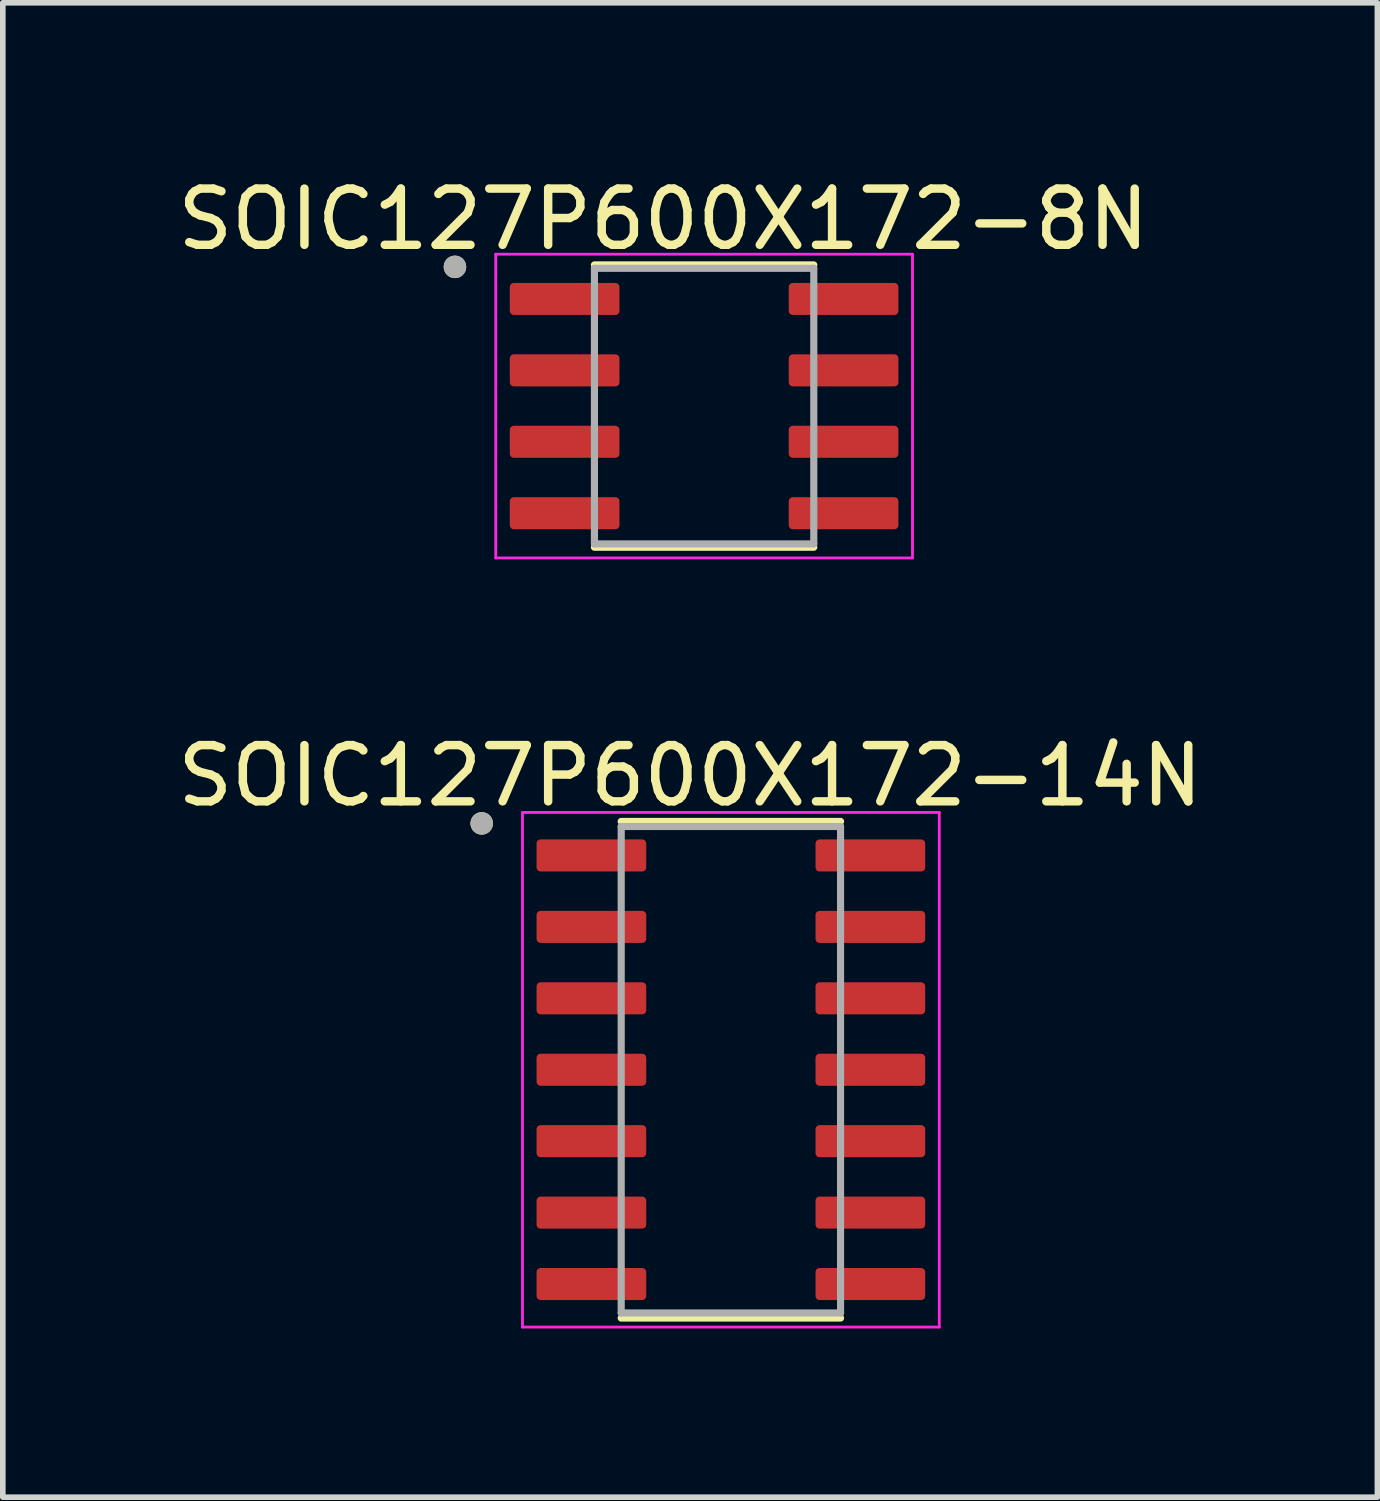
<source format=kicad_pcb>
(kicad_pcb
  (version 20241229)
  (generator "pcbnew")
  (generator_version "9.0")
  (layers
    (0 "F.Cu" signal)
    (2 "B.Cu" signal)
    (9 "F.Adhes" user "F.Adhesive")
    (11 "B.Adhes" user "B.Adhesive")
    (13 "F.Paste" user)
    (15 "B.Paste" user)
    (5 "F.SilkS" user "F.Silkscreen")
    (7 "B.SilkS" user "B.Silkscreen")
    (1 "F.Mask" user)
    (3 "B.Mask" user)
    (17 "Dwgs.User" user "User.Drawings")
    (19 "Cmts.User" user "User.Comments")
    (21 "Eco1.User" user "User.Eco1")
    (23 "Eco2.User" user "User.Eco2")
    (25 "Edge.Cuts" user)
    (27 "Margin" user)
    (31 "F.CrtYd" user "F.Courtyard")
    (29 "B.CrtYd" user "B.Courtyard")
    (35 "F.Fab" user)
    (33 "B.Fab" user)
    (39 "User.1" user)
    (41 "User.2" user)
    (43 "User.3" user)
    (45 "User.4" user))
  (footprint "SOIC127P600X172-8N"
    (layer "F.Cu")
    (at 9.469 4.17)
    (property "Reference" "SOIC127P600X172-8N" (at -0.725 -3.322 0) (layer "F.SilkS") (effects (font (size 1 1) (thickness 0.15))))
    (attr smd)
    (fp_line (start -1.95 -2.51) (end 1.95 -2.51) (stroke (width 0.127) (type solid)) (layer "F.SilkS"))
    (fp_line (start -1.95 2.51) (end 1.95 2.51) (stroke (width 0.127) (type solid)) (layer "F.SilkS"))
    (fp_circle (center -4.43 -2.475) (end -4.33 -2.475) (stroke (width 0.2) (type solid)) (fill no) (layer "F.SilkS"))
    (fp_line (start -3.705 -2.7) (end -3.705 2.7) (stroke (width 0.05) (type solid)) (layer "F.CrtYd"))
    (fp_line (start -3.705 -2.7) (end 3.705 -2.7) (stroke (width 0.05) (type solid)) (layer "F.CrtYd"))
    (fp_line (start -3.705 2.7) (end 3.705 2.7) (stroke (width 0.05) (type solid)) (layer "F.CrtYd"))
    (fp_line (start 3.705 -2.7) (end 3.705 2.7) (stroke (width 0.05) (type solid)) (layer "F.CrtYd"))
    (fp_line (start -1.95 -2.45) (end -1.95 2.45) (stroke (width 0.127) (type solid)) (layer "F.Fab"))
    (fp_line (start -1.95 -2.45) (end 1.95 -2.45) (stroke (width 0.127) (type solid)) (layer "F.Fab"))
    (fp_line (start -1.95 2.45) (end 1.95 2.45) (stroke (width 0.127) (type solid)) (layer "F.Fab"))
    (fp_line (start 1.95 -2.45) (end 1.95 2.45) (stroke (width 0.127) (type solid)) (layer "F.Fab"))
    (fp_circle (center -4.43 -2.475) (end -4.33 -2.475) (stroke (width 0.2) (type solid)) (fill no) (layer "F.Fab"))
    (pad "1" smd roundrect (at -2.48 -1.905) (size 1.95 0.57) (layers "F.Cu" "F.Mask" "F.Paste") (roundrect_rratio 0.125))
    (pad "2" smd roundrect (at -2.48 -0.635) (size 1.95 0.57) (layers "F.Cu" "F.Mask" "F.Paste") (roundrect_rratio 0.125))
    (pad "3" smd roundrect (at -2.48 0.635) (size 1.95 0.57) (layers "F.Cu" "F.Mask" "F.Paste") (roundrect_rratio 0.125))
    (pad "4" smd roundrect (at -2.48 1.905) (size 1.95 0.57) (layers "F.Cu" "F.Mask" "F.Paste") (roundrect_rratio 0.125))
    (pad "5" smd roundrect (at 2.48 1.905) (size 1.95 0.57) (layers "F.Cu" "F.Mask" "F.Paste") (roundrect_rratio 0.125))
    (pad "6" smd roundrect (at 2.48 0.635) (size 1.95 0.57) (layers "F.Cu" "F.Mask" "F.Paste") (roundrect_rratio 0.125))
    (pad "7" smd roundrect (at 2.48 -0.635) (size 1.95 0.57) (layers "F.Cu" "F.Mask" "F.Paste") (roundrect_rratio 0.125))
    (pad "8" smd roundrect (at 2.48 -1.905) (size 1.95 0.57) (layers "F.Cu" "F.Mask" "F.Paste") (roundrect_rratio 0.125)))
  (footprint "SOIC127P600X172-14N"
    (layer "F.Cu")
    (at 9.945 15.97)
    (property "Reference" "SOIC127P600X172-14N" (at -0.725 -5.227 0) (layer "F.SilkS") (effects (font (size 1 1) (thickness 0.15))))
    (attr smd)
    (fp_line (start -1.95 -4.415) (end 1.95 -4.415) (stroke (width 0.127) (type solid)) (layer "F.SilkS"))
    (fp_line (start -1.95 4.415) (end 1.95 4.415) (stroke (width 0.127) (type solid)) (layer "F.SilkS"))
    (fp_circle (center -4.43 -4.38) (end -4.33 -4.38) (stroke (width 0.2) (type solid)) (fill no) (layer "F.SilkS"))
    (fp_line (start -3.705 -4.575) (end -3.705 4.575) (stroke (width 0.05) (type solid)) (layer "F.CrtYd"))
    (fp_line (start -3.705 -4.575) (end 3.705 -4.575) (stroke (width 0.05) (type solid)) (layer "F.CrtYd"))
    (fp_line (start -3.705 4.575) (end 3.705 4.575) (stroke (width 0.05) (type solid)) (layer "F.CrtYd"))
    (fp_line (start 3.705 -4.575) (end 3.705 4.575) (stroke (width 0.05) (type solid)) (layer "F.CrtYd"))
    (fp_line (start -1.95 -4.325) (end -1.95 4.325) (stroke (width 0.127) (type solid)) (layer "F.Fab"))
    (fp_line (start -1.95 -4.325) (end 1.95 -4.325) (stroke (width 0.127) (type solid)) (layer "F.Fab"))
    (fp_line (start -1.95 4.325) (end 1.95 4.325) (stroke (width 0.127) (type solid)) (layer "F.Fab"))
    (fp_line (start 1.95 -4.325) (end 1.95 4.325) (stroke (width 0.127) (type solid)) (layer "F.Fab"))
    (fp_circle (center -4.43 -4.38) (end -4.33 -4.38) (stroke (width 0.2) (type solid)) (fill no) (layer "F.Fab"))
    (pad "1" smd roundrect (at -2.48 -3.81) (size 1.95 0.57) (layers "F.Cu" "F.Mask" "F.Paste") (roundrect_rratio 0.125))
    (pad "2" smd roundrect (at -2.48 -2.54) (size 1.95 0.57) (layers "F.Cu" "F.Mask" "F.Paste") (roundrect_rratio 0.125))
    (pad "3" smd roundrect (at -2.48 -1.27) (size 1.95 0.57) (layers "F.Cu" "F.Mask" "F.Paste") (roundrect_rratio 0.125))
    (pad "4" smd roundrect (at -2.48 0) (size 1.95 0.57) (layers "F.Cu" "F.Mask" "F.Paste") (roundrect_rratio 0.125))
    (pad "5" smd roundrect (at -2.48 1.27) (size 1.95 0.57) (layers "F.Cu" "F.Mask" "F.Paste") (roundrect_rratio 0.125))
    (pad "6" smd roundrect (at -2.48 2.54) (size 1.95 0.57) (layers "F.Cu" "F.Mask" "F.Paste") (roundrect_rratio 0.125))
    (pad "7" smd roundrect (at -2.48 3.81) (size 1.95 0.57) (layers "F.Cu" "F.Mask" "F.Paste") (roundrect_rratio 0.125))
    (pad "8" smd roundrect (at 2.48 3.81) (size 1.95 0.57) (layers "F.Cu" "F.Mask" "F.Paste") (roundrect_rratio 0.125))
    (pad "9" smd roundrect (at 2.48 2.54) (size 1.95 0.57) (layers "F.Cu" "F.Mask" "F.Paste") (roundrect_rratio 0.125))
    (pad "10" smd roundrect (at 2.48 1.27) (size 1.95 0.57) (layers "F.Cu" "F.Mask" "F.Paste") (roundrect_rratio 0.125))
    (pad "11" smd roundrect (at 2.48 0) (size 1.95 0.57) (layers "F.Cu" "F.Mask" "F.Paste") (roundrect_rratio 0.125))
    (pad "12" smd roundrect (at 2.48 -1.27) (size 1.95 0.57) (layers "F.Cu" "F.Mask" "F.Paste") (roundrect_rratio 0.125))
    (pad "13" smd roundrect (at 2.48 -2.54) (size 1.95 0.57) (layers "F.Cu" "F.Mask" "F.Paste") (roundrect_rratio 0.125))
    (pad "14" smd roundrect (at 2.48 -3.81) (size 1.95 0.57) (layers "F.Cu" "F.Mask" "F.Paste") (roundrect_rratio 0.125)))
  (gr_rect
    (start -3 -3)
    (end 21.44 23.57)
    (stroke (width 0.1) (type default))
    (fill no)
    (layer "Edge.Cuts")))
</source>
